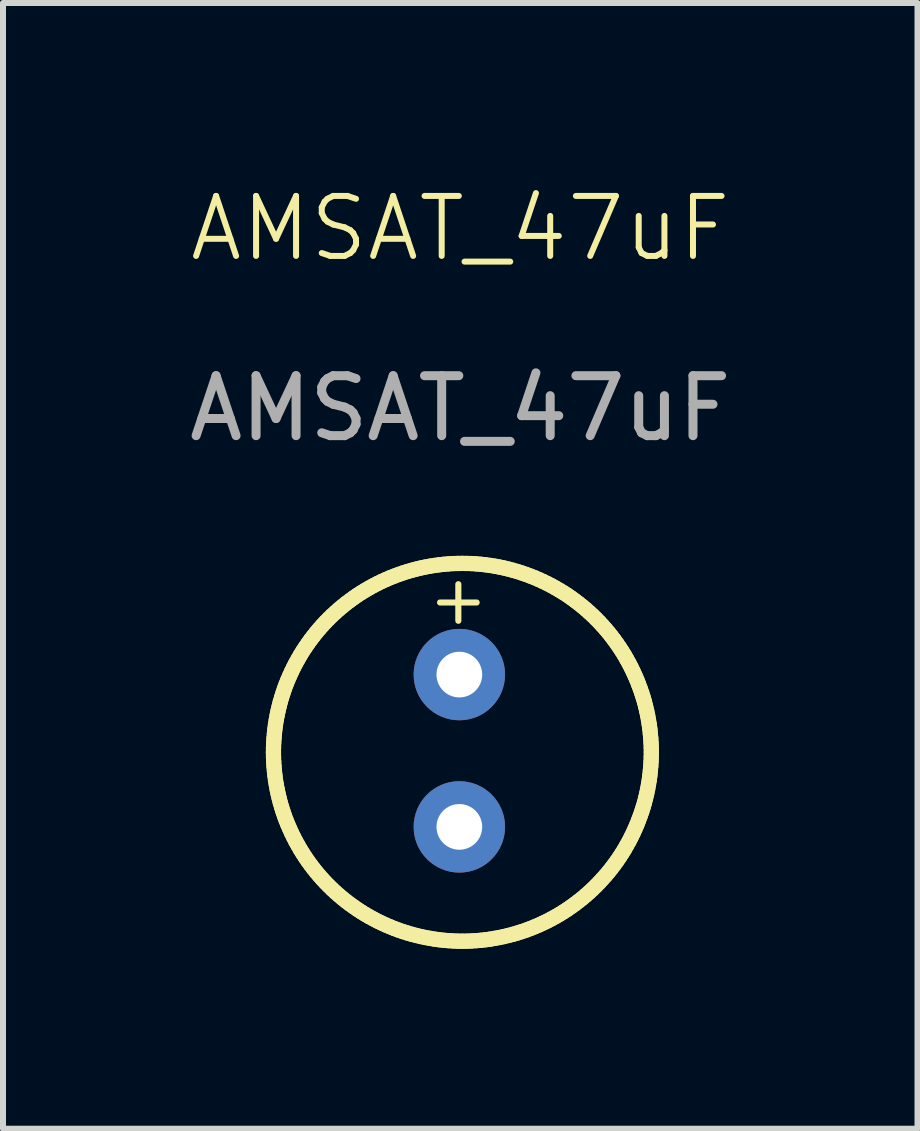
<source format=kicad_pcb>
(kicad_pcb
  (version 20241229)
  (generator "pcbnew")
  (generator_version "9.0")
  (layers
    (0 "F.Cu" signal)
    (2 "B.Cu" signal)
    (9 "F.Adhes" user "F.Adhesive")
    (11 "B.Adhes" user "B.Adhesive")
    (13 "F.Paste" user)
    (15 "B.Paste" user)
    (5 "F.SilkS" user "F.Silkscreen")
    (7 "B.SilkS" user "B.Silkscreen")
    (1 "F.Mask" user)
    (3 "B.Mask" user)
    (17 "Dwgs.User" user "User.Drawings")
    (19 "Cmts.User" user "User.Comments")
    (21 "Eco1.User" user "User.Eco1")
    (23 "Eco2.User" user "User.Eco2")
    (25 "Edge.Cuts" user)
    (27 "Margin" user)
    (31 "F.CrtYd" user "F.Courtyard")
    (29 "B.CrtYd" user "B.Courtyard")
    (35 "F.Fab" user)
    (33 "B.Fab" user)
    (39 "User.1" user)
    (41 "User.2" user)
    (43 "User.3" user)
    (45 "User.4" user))
  (footprint "AMSAT_47uF"
    (layer "F.Cu")
    (at 4.6 9.45)
    (property "Reference" "AMSAT_47uF" (at 0.025 -8.69 0) (unlocked yes) (layer "F.SilkS") (effects (font (size 1 1) (thickness 0.1))))
    (attr through_hole)
    (fp_line (start -3.09 0.045) (end -3.089 -0.033) (stroke (width 0.254) (type solid)) (layer "F.SilkS"))
    (fp_line (start -3.089 -0.033) (end -3.086 -0.11) (stroke (width 0.254) (type solid)) (layer "F.SilkS"))
    (fp_line (start -3.089 0.122) (end -3.09 0.045) (stroke (width 0.254) (type solid)) (layer "F.SilkS"))
    (fp_line (start -3.086 -0.11) (end -3.081 -0.187) (stroke (width 0.254) (type solid)) (layer "F.SilkS"))
    (fp_line (start -3.086 0.199) (end -3.089 0.122) (stroke (width 0.254) (type solid)) (layer "F.SilkS"))
    (fp_line (start -3.081 -0.187) (end -3.074 -0.264) (stroke (width 0.254) (type solid)) (layer "F.SilkS"))
    (fp_line (start -3.081 0.276) (end -3.086 0.199) (stroke (width 0.254) (type solid)) (layer "F.SilkS"))
    (fp_line (start -3.074 -0.264) (end -3.066 -0.341) (stroke (width 0.254) (type solid)) (layer "F.SilkS"))
    (fp_line (start -3.074 0.354) (end -3.081 0.276) (stroke (width 0.254) (type solid)) (layer "F.SilkS"))
    (fp_line (start -3.066 -0.341) (end -3.056 -0.418) (stroke (width 0.254) (type solid)) (layer "F.SilkS"))
    (fp_line (start -3.066 0.43) (end -3.074 0.354) (stroke (width 0.254) (type solid)) (layer "F.SilkS"))
    (fp_line (start -3.056 -0.418) (end -3.043 -0.494) (stroke (width 0.254) (type solid)) (layer "F.SilkS"))
    (fp_line (start -3.056 0.507) (end -3.066 0.43) (stroke (width 0.254) (type solid)) (layer "F.SilkS"))
    (fp_line (start -3.043 -0.494) (end -3.029 -0.57) (stroke (width 0.254) (type solid)) (layer "F.SilkS"))
    (fp_line (start -3.043 0.583) (end -3.056 0.507) (stroke (width 0.254) (type solid)) (layer "F.SilkS"))
    (fp_line (start -3.029 -0.57) (end -3.013 -0.645) (stroke (width 0.254) (type solid)) (layer "F.SilkS"))
    (fp_line (start -3.029 0.659) (end -3.043 0.583) (stroke (width 0.254) (type solid)) (layer "F.SilkS"))
    (fp_line (start -3.013 -0.645) (end -2.995 -0.721) (stroke (width 0.254) (type solid)) (layer "F.SilkS"))
    (fp_line (start -3.013 0.735) (end -3.029 0.659) (stroke (width 0.254) (type solid)) (layer "F.SilkS"))
    (fp_line (start -2.995 -0.721) (end -2.976 -0.796) (stroke (width 0.254) (type solid)) (layer "F.SilkS"))
    (fp_line (start -2.995 0.81) (end -3.013 0.735) (stroke (width 0.254) (type solid)) (layer "F.SilkS"))
    (fp_line (start -2.976 -0.796) (end -2.954 -0.87) (stroke (width 0.254) (type solid)) (layer "F.SilkS"))
    (fp_line (start -2.976 0.885) (end -2.995 0.81) (stroke (width 0.254) (type solid)) (layer "F.SilkS"))
    (fp_line (start -2.954 -0.87) (end -2.931 -0.943) (stroke (width 0.254) (type solid)) (layer "F.SilkS"))
    (fp_line (start -2.954 0.959) (end -2.976 0.885) (stroke (width 0.254) (type solid)) (layer "F.SilkS"))
    (fp_line (start -2.931 -0.943) (end -2.906 -1.017) (stroke (width 0.254) (type solid)) (layer "F.SilkS"))
    (fp_line (start -2.931 1.033) (end -2.954 0.959) (stroke (width 0.254) (type solid)) (layer "F.SilkS"))
    (fp_line (start -2.906 -1.017) (end -2.879 -1.089) (stroke (width 0.254) (type solid)) (layer "F.SilkS"))
    (fp_line (start -2.906 1.106) (end -2.931 1.033) (stroke (width 0.254) (type solid)) (layer "F.SilkS"))
    (fp_line (start -2.879 -1.089) (end -2.85 -1.161) (stroke (width 0.254) (type solid)) (layer "F.SilkS"))
    (fp_line (start -2.879 1.178) (end -2.906 1.106) (stroke (width 0.254) (type solid)) (layer "F.SilkS"))
    (fp_line (start -2.85 -1.161) (end -2.819 -1.232) (stroke (width 0.254) (type solid)) (layer "F.SilkS"))
    (fp_line (start -2.85 1.25) (end -2.879 1.178) (stroke (width 0.254) (type solid)) (layer "F.SilkS"))
    (fp_line (start -2.819 -1.232) (end -2.787 -1.302) (stroke (width 0.254) (type solid)) (layer "F.SilkS"))
    (fp_line (start -2.819 1.321) (end -2.85 1.25) (stroke (width 0.254) (type solid)) (layer "F.SilkS"))
    (fp_line (start -2.787 -1.302) (end -2.753 -1.372) (stroke (width 0.254) (type solid)) (layer "F.SilkS"))
    (fp_line (start -2.787 1.392) (end -2.819 1.321) (stroke (width 0.254) (type solid)) (layer "F.SilkS"))
    (fp_line (start -2.753 -1.372) (end -2.718 -1.44) (stroke (width 0.254) (type solid)) (layer "F.SilkS"))
    (fp_line (start -2.753 1.461) (end -2.787 1.392) (stroke (width 0.254) (type solid)) (layer "F.SilkS"))
    (fp_line (start -2.718 -1.44) (end -2.68 -1.508) (stroke (width 0.254) (type solid)) (layer "F.SilkS"))
    (fp_line (start -2.718 1.53) (end -2.753 1.461) (stroke (width 0.254) (type solid)) (layer "F.SilkS"))
    (fp_line (start -2.68 -1.508) (end -2.642 -1.575) (stroke (width 0.254) (type solid)) (layer "F.SilkS"))
    (fp_line (start -2.68 1.597) (end -2.718 1.53) (stroke (width 0.254) (type solid)) (layer "F.SilkS"))
    (fp_line (start -2.642 -1.575) (end -2.601 -1.641) (stroke (width 0.254) (type solid)) (layer "F.SilkS"))
    (fp_line (start -2.642 1.664) (end -2.68 1.597) (stroke (width 0.254) (type solid)) (layer "F.SilkS"))
    (fp_line (start -2.601 -1.641) (end -2.559 -1.705) (stroke (width 0.254) (type solid)) (layer "F.SilkS"))
    (fp_line (start -2.601 1.73) (end -2.642 1.664) (stroke (width 0.254) (type solid)) (layer "F.SilkS"))
    (fp_line (start -2.559 -1.705) (end -2.515 -1.769) (stroke (width 0.254) (type solid)) (layer "F.SilkS"))
    (fp_line (start -2.559 1.795) (end -2.601 1.73) (stroke (width 0.254) (type solid)) (layer "F.SilkS"))
    (fp_line (start -2.515 -1.769) (end -2.47 -1.832) (stroke (width 0.254) (type solid)) (layer "F.SilkS"))
    (fp_line (start -2.515 1.859) (end -2.559 1.795) (stroke (width 0.254) (type solid)) (layer "F.SilkS"))
    (fp_line (start -2.47 -1.832) (end -2.423 -1.893) (stroke (width 0.254) (type solid)) (layer "F.SilkS"))
    (fp_line (start -2.47 1.921) (end -2.515 1.859) (stroke (width 0.254) (type solid)) (layer "F.SilkS"))
    (fp_line (start -2.423 -1.893) (end -2.375 -1.954) (stroke (width 0.254) (type solid)) (layer "F.SilkS"))
    (fp_line (start -2.423 1.983) (end -2.47 1.921) (stroke (width 0.254) (type solid)) (layer "F.SilkS"))
    (fp_line (start -2.375 -1.954) (end -2.325 -2.013) (stroke (width 0.254) (type solid)) (layer "F.SilkS"))
    (fp_line (start -2.375 2.043) (end -2.423 1.983) (stroke (width 0.254) (type solid)) (layer "F.SilkS"))
    (fp_line (start -2.325 -2.013) (end -2.274 -2.071) (stroke (width 0.254) (type solid)) (layer "F.SilkS"))
    (fp_line (start -2.325 2.102) (end -2.375 2.043) (stroke (width 0.254) (type solid)) (layer "F.SilkS"))
    (fp_line (start -2.274 -2.071) (end -2.221 -2.128) (stroke (width 0.254) (type solid)) (layer "F.SilkS"))
    (fp_line (start -2.274 2.16) (end -2.325 2.102) (stroke (width 0.254) (type solid)) (layer "F.SilkS"))
    (fp_line (start -2.221 -2.128) (end -2.167 -2.183) (stroke (width 0.254) (type solid)) (layer "F.SilkS"))
    (fp_line (start -2.221 2.217) (end -2.274 2.16) (stroke (width 0.254) (type solid)) (layer "F.SilkS"))
    (fp_line (start -2.167 -2.183) (end -2.112 -2.237) (stroke (width 0.254) (type solid)) (layer "F.SilkS"))
    (fp_line (start -2.167 2.272) (end -2.221 2.217) (stroke (width 0.254) (type solid)) (layer "F.SilkS"))
    (fp_line (start -2.112 -2.237) (end -2.055 -2.289) (stroke (width 0.254) (type solid)) (layer "F.SilkS"))
    (fp_line (start -2.112 2.326) (end -2.167 2.272) (stroke (width 0.254) (type solid)) (layer "F.SilkS"))
    (fp_line (start -2.055 -2.289) (end -1.997 -2.341) (stroke (width 0.254) (type solid)) (layer "F.SilkS"))
    (fp_line (start -2.055 2.379) (end -2.112 2.326) (stroke (width 0.254) (type solid)) (layer "F.SilkS"))
    (fp_line (start -1.997 -2.341) (end -1.938 -2.39) (stroke (width 0.254) (type solid)) (layer "F.SilkS"))
    (fp_line (start -1.997 2.43) (end -2.055 2.379) (stroke (width 0.254) (type solid)) (layer "F.SilkS"))
    (fp_line (start -1.938 -2.39) (end -1.878 -2.439) (stroke (width 0.254) (type solid)) (layer "F.SilkS"))
    (fp_line (start -1.938 2.48) (end -1.997 2.43) (stroke (width 0.254) (type solid)) (layer "F.SilkS"))
    (fp_line (start -1.878 -2.439) (end -1.816 -2.485) (stroke (width 0.254) (type solid)) (layer "F.SilkS"))
    (fp_line (start -1.878 2.528) (end -1.938 2.48) (stroke (width 0.254) (type solid)) (layer "F.SilkS"))
    (fp_line (start -1.816 -2.485) (end -1.753 -2.531) (stroke (width 0.254) (type solid)) (layer "F.SilkS"))
    (fp_line (start -1.816 2.575) (end -1.878 2.528) (stroke (width 0.254) (type solid)) (layer "F.SilkS"))
    (fp_line (start -1.753 -2.531) (end -1.69 -2.575) (stroke (width 0.254) (type solid)) (layer "F.SilkS"))
    (fp_line (start -1.753 2.62) (end -1.816 2.575) (stroke (width 0.254) (type solid)) (layer "F.SilkS"))
    (fp_line (start -1.69 -2.575) (end -1.625 -2.617) (stroke (width 0.254) (type solid)) (layer "F.SilkS"))
    (fp_line (start -1.69 2.664) (end -1.753 2.62) (stroke (width 0.254) (type solid)) (layer "F.SilkS"))
    (fp_line (start -1.625 -2.617) (end -1.559 -2.657) (stroke (width 0.254) (type solid)) (layer "F.SilkS"))
    (fp_line (start -1.625 2.706) (end -1.69 2.664) (stroke (width 0.254) (type solid)) (layer "F.SilkS"))
    (fp_line (start -1.559 -2.657) (end -1.492 -2.696) (stroke (width 0.254) (type solid)) (layer "F.SilkS"))
    (fp_line (start -1.559 2.747) (end -1.625 2.706) (stroke (width 0.254) (type solid)) (layer "F.SilkS"))
    (fp_line (start -1.492 -2.696) (end -1.424 -2.734) (stroke (width 0.254) (type solid)) (layer "F.SilkS"))
    (fp_line (start -1.492 2.786) (end -1.559 2.747) (stroke (width 0.254) (type solid)) (layer "F.SilkS"))
    (fp_line (start -1.424 -2.734) (end -1.356 -2.769) (stroke (width 0.254) (type solid)) (layer "F.SilkS"))
    (fp_line (start -1.424 2.823) (end -1.492 2.786) (stroke (width 0.254) (type solid)) (layer "F.SilkS"))
    (fp_line (start -1.356 -2.769) (end -1.287 -2.803) (stroke (width 0.254) (type solid)) (layer "F.SilkS"))
    (fp_line (start -1.356 2.859) (end -1.424 2.823) (stroke (width 0.254) (type solid)) (layer "F.SilkS"))
    (fp_line (start -1.287 -2.803) (end -1.216 -2.835) (stroke (width 0.254) (type solid)) (layer "F.SilkS"))
    (fp_line (start -1.287 2.892) (end -1.356 2.859) (stroke (width 0.254) (type solid)) (layer "F.SilkS"))
    (fp_line (start -1.216 -2.835) (end -1.145 -2.866) (stroke (width 0.254) (type solid)) (layer "F.SilkS"))
    (fp_line (start -1.216 2.925) (end -1.287 2.892) (stroke (width 0.254) (type solid)) (layer "F.SilkS"))
    (fp_line (start -1.145 -2.866) (end -1.073 -2.894) (stroke (width 0.254) (type solid)) (layer "F.SilkS"))
    (fp_line (start -1.145 2.955) (end -1.216 2.925) (stroke (width 0.254) (type solid)) (layer "F.SilkS"))
    (fp_line (start -1.073 -2.894) (end -1.001 -2.921) (stroke (width 0.254) (type solid)) (layer "F.SilkS"))
    (fp_line (start -1.073 2.984) (end -1.145 2.955) (stroke (width 0.254) (type solid)) (layer "F.SilkS"))
    (fp_line (start -1.001 -2.921) (end -0.928 -2.946) (stroke (width 0.254) (type solid)) (layer "F.SilkS"))
    (fp_line (start -1.001 3.011) (end -1.073 2.984) (stroke (width 0.254) (type solid)) (layer "F.SilkS"))
    (fp_line (start -0.928 -2.946) (end -0.854 -2.97) (stroke (width 0.254) (type solid)) (layer "F.SilkS"))
    (fp_line (start -0.928 3.036) (end -1.001 3.011) (stroke (width 0.254) (type solid)) (layer "F.SilkS"))
    (fp_line (start -0.854 -2.97) (end -0.78 -2.991) (stroke (width 0.254) (type solid)) (layer "F.SilkS"))
    (fp_line (start -0.854 3.059) (end -0.928 3.036) (stroke (width 0.254) (type solid)) (layer "F.SilkS"))
    (fp_line (start -0.78 -2.991) (end -0.705 -3.011) (stroke (width 0.254) (type solid)) (layer "F.SilkS"))
    (fp_line (start -0.78 3.081) (end -0.854 3.059) (stroke (width 0.254) (type solid)) (layer "F.SilkS"))
    (fp_line (start -0.705 -3.011) (end -0.63 -3.029) (stroke (width 0.254) (type solid)) (layer "F.SilkS"))
    (fp_line (start -0.705 3.1) (end -0.78 3.081) (stroke (width 0.254) (type solid)) (layer "F.SilkS"))
    (fp_line (start -0.63 -3.029) (end -0.554 -3.045) (stroke (width 0.254) (type solid)) (layer "F.SilkS"))
    (fp_line (start -0.63 3.118) (end -0.705 3.1) (stroke (width 0.254) (type solid)) (layer "F.SilkS"))
    (fp_line (start -0.554 -3.045) (end -0.478 -3.059) (stroke (width 0.254) (type solid)) (layer "F.SilkS"))
    (fp_line (start -0.554 3.134) (end -0.63 3.118) (stroke (width 0.254) (type solid)) (layer "F.SilkS"))
    (fp_line (start -0.478 -3.059) (end -0.402 -3.071) (stroke (width 0.254) (type solid)) (layer "F.SilkS"))
    (fp_line (start -0.478 3.148) (end -0.554 3.134) (stroke (width 0.254) (type solid)) (layer "F.SilkS"))
    (fp_line (start -0.402 -3.071) (end -0.325 -3.082) (stroke (width 0.254) (type solid)) (layer "F.SilkS"))
    (fp_line (start -0.402 3.161) (end -0.478 3.148) (stroke (width 0.254) (type solid)) (layer "F.SilkS"))
    (fp_line (start -0.325 -3.082) (end -0.248 -3.09) (stroke (width 0.254) (type solid)) (layer "F.SilkS"))
    (fp_line (start -0.325 3.171) (end -0.402 3.161) (stroke (width 0.254) (type solid)) (layer "F.SilkS"))
    (fp_line (start -0.248 -3.09) (end -0.171 -3.097) (stroke (width 0.254) (type solid)) (layer "F.SilkS"))
    (fp_line (start -0.248 3.18) (end -0.325 3.171) (stroke (width 0.254) (type solid)) (layer "F.SilkS"))
    (fp_line (start -0.171 -3.097) (end -0.094 -3.102) (stroke (width 0.254) (type solid)) (layer "F.SilkS"))
    (fp_line (start -0.171 3.186) (end -0.248 3.18) (stroke (width 0.254) (type solid)) (layer "F.SilkS"))
    (fp_line (start -0.094 -3.102) (end -0.017 -3.104) (stroke (width 0.254) (type solid)) (layer "F.SilkS"))
    (fp_line (start -0.094 3.191) (end -0.171 3.186) (stroke (width 0.254) (type solid)) (layer "F.SilkS"))
    (fp_line (start -0.017 -3.104) (end 0.06 -3.105) (stroke (width 0.254) (type solid)) (layer "F.SilkS"))
    (fp_line (start -0.017 3.194) (end -0.094 3.191) (stroke (width 0.254) (type solid)) (layer "F.SilkS"))
    (fp_line (start -0.007 -2.758) (end -0.007 -2.148) (stroke (width 0.102) (type solid)) (layer "F.SilkS"))
    (fp_line (start 0.06 -3.105) (end 0.138 -3.104) (stroke (width 0.254) (type solid)) (layer "F.SilkS"))
    (fp_line (start 0.06 3.195) (end -0.017 3.194) (stroke (width 0.254) (type solid)) (layer "F.SilkS"))
    (fp_line (start 0.138 -3.104) (end 0.215 -3.102) (stroke (width 0.254) (type solid)) (layer "F.SilkS"))
    (fp_line (start 0.138 3.194) (end 0.06 3.195) (stroke (width 0.254) (type solid)) (layer "F.SilkS"))
    (fp_line (start 0.215 -3.102) (end 0.292 -3.097) (stroke (width 0.254) (type solid)) (layer "F.SilkS"))
    (fp_line (start 0.215 3.191) (end 0.138 3.194) (stroke (width 0.254) (type solid)) (layer "F.SilkS"))
    (fp_line (start 0.292 -3.097) (end 0.369 -3.09) (stroke (width 0.254) (type solid)) (layer "F.SilkS"))
    (fp_line (start 0.292 3.186) (end 0.215 3.191) (stroke (width 0.254) (type solid)) (layer "F.SilkS"))
    (fp_line (start 0.298 -2.453) (end -0.312 -2.453) (stroke (width 0.102) (type solid)) (layer "F.SilkS"))
    (fp_line (start 0.369 -3.09) (end 0.446 -3.082) (stroke (width 0.254) (type solid)) (layer "F.SilkS"))
    (fp_line (start 0.369 3.18) (end 0.292 3.186) (stroke (width 0.254) (type solid)) (layer "F.SilkS"))
    (fp_line (start 0.446 -3.082) (end 0.523 -3.071) (stroke (width 0.254) (type solid)) (layer "F.SilkS"))
    (fp_line (start 0.446 3.171) (end 0.369 3.18) (stroke (width 0.254) (type solid)) (layer "F.SilkS"))
    (fp_line (start 0.523 -3.071) (end 0.599 -3.059) (stroke (width 0.254) (type solid)) (layer "F.SilkS"))
    (fp_line (start 0.523 3.161) (end 0.446 3.171) (stroke (width 0.254) (type solid)) (layer "F.SilkS"))
    (fp_line (start 0.599 -3.059) (end 0.675 -3.045) (stroke (width 0.254) (type solid)) (layer "F.SilkS"))
    (fp_line (start 0.599 3.148) (end 0.523 3.161) (stroke (width 0.254) (type solid)) (layer "F.SilkS"))
    (fp_line (start 0.675 -3.045) (end 0.751 -3.029) (stroke (width 0.254) (type solid)) (layer "F.SilkS"))
    (fp_line (start 0.675 3.134) (end 0.599 3.148) (stroke (width 0.254) (type solid)) (layer "F.SilkS"))
    (fp_line (start 0.751 -3.029) (end 0.826 -3.011) (stroke (width 0.254) (type solid)) (layer "F.SilkS"))
    (fp_line (start 0.751 3.118) (end 0.675 3.134) (stroke (width 0.254) (type solid)) (layer "F.SilkS"))
    (fp_line (start 0.826 -3.011) (end 0.901 -2.991) (stroke (width 0.254) (type solid)) (layer "F.SilkS"))
    (fp_line (start 0.826 3.1) (end 0.751 3.118) (stroke (width 0.254) (type solid)) (layer "F.SilkS"))
    (fp_line (start 0.901 -2.991) (end 0.975 -2.97) (stroke (width 0.254) (type solid)) (layer "F.SilkS"))
    (fp_line (start 0.901 3.081) (end 0.826 3.1) (stroke (width 0.254) (type solid)) (layer "F.SilkS"))
    (fp_line (start 0.975 -2.97) (end 1.049 -2.946) (stroke (width 0.254) (type solid)) (layer "F.SilkS"))
    (fp_line (start 0.975 3.059) (end 0.901 3.081) (stroke (width 0.254) (type solid)) (layer "F.SilkS"))
    (fp_line (start 1.049 -2.946) (end 1.122 -2.921) (stroke (width 0.254) (type solid)) (layer "F.SilkS"))
    (fp_line (start 1.049 3.036) (end 0.975 3.059) (stroke (width 0.254) (type solid)) (layer "F.SilkS"))
    (fp_line (start 1.122 -2.921) (end 1.194 -2.894) (stroke (width 0.254) (type solid)) (layer "F.SilkS"))
    (fp_line (start 1.122 3.011) (end 1.049 3.036) (stroke (width 0.254) (type solid)) (layer "F.SilkS"))
    (fp_line (start 1.194 -2.894) (end 1.266 -2.866) (stroke (width 0.254) (type solid)) (layer "F.SilkS"))
    (fp_line (start 1.194 2.984) (end 1.122 3.011) (stroke (width 0.254) (type solid)) (layer "F.SilkS"))
    (fp_line (start 1.266 -2.866) (end 1.337 -2.835) (stroke (width 0.254) (type solid)) (layer "F.SilkS"))
    (fp_line (start 1.266 2.955) (end 1.194 2.984) (stroke (width 0.254) (type solid)) (layer "F.SilkS"))
    (fp_line (start 1.337 -2.835) (end 1.407 -2.803) (stroke (width 0.254) (type solid)) (layer "F.SilkS"))
    (fp_line (start 1.337 2.925) (end 1.266 2.955) (stroke (width 0.254) (type solid)) (layer "F.SilkS"))
    (fp_line (start 1.407 -2.803) (end 1.477 -2.769) (stroke (width 0.254) (type solid)) (layer "F.SilkS"))
    (fp_line (start 1.407 2.892) (end 1.337 2.925) (stroke (width 0.254) (type solid)) (layer "F.SilkS"))
    (fp_line (start 1.477 -2.769) (end 1.545 -2.734) (stroke (width 0.254) (type solid)) (layer "F.SilkS"))
    (fp_line (start 1.477 2.859) (end 1.407 2.892) (stroke (width 0.254) (type solid)) (layer "F.SilkS"))
    (fp_line (start 1.545 -2.734) (end 1.613 -2.696) (stroke (width 0.254) (type solid)) (layer "F.SilkS"))
    (fp_line (start 1.545 2.823) (end 1.477 2.859) (stroke (width 0.254) (type solid)) (layer "F.SilkS"))
    (fp_line (start 1.613 -2.696) (end 1.68 -2.657) (stroke (width 0.254) (type solid)) (layer "F.SilkS"))
    (fp_line (start 1.613 2.786) (end 1.545 2.823) (stroke (width 0.254) (type solid)) (layer "F.SilkS"))
    (fp_line (start 1.68 -2.657) (end 1.746 -2.617) (stroke (width 0.254) (type solid)) (layer "F.SilkS"))
    (fp_line (start 1.68 2.747) (end 1.613 2.786) (stroke (width 0.254) (type solid)) (layer "F.SilkS"))
    (fp_line (start 1.746 -2.617) (end 1.811 -2.575) (stroke (width 0.254) (type solid)) (layer "F.SilkS"))
    (fp_line (start 1.746 2.706) (end 1.68 2.747) (stroke (width 0.254) (type solid)) (layer "F.SilkS"))
    (fp_line (start 1.811 -2.575) (end 1.874 -2.531) (stroke (width 0.254) (type solid)) (layer "F.SilkS"))
    (fp_line (start 1.811 2.664) (end 1.746 2.706) (stroke (width 0.254) (type solid)) (layer "F.SilkS"))
    (fp_line (start 1.874 -2.531) (end 1.937 -2.485) (stroke (width 0.254) (type solid)) (layer "F.SilkS"))
    (fp_line (start 1.874 2.62) (end 1.811 2.664) (stroke (width 0.254) (type solid)) (layer "F.SilkS"))
    (fp_line (start 1.937 -2.485) (end 1.998 -2.439) (stroke (width 0.254) (type solid)) (layer "F.SilkS"))
    (fp_line (start 1.937 2.575) (end 1.874 2.62) (stroke (width 0.254) (type solid)) (layer "F.SilkS"))
    (fp_line (start 1.998 -2.439) (end 2.059 -2.39) (stroke (width 0.254) (type solid)) (layer "F.SilkS"))
    (fp_line (start 1.998 2.528) (end 1.937 2.575) (stroke (width 0.254) (type solid)) (layer "F.SilkS"))
    (fp_line (start 2.059 -2.39) (end 2.118 -2.341) (stroke (width 0.254) (type solid)) (layer "F.SilkS"))
    (fp_line (start 2.059 2.48) (end 1.998 2.528) (stroke (width 0.254) (type solid)) (layer "F.SilkS"))
    (fp_line (start 2.118 -2.341) (end 2.176 -2.289) (stroke (width 0.254) (type solid)) (layer "F.SilkS"))
    (fp_line (start 2.118 2.43) (end 2.059 2.48) (stroke (width 0.254) (type solid)) (layer "F.SilkS"))
    (fp_line (start 2.176 -2.289) (end 2.233 -2.237) (stroke (width 0.254) (type solid)) (layer "F.SilkS"))
    (fp_line (start 2.176 2.379) (end 2.118 2.43) (stroke (width 0.254) (type solid)) (layer "F.SilkS"))
    (fp_line (start 2.233 -2.237) (end 2.288 -2.183) (stroke (width 0.254) (type solid)) (layer "F.SilkS"))
    (fp_line (start 2.233 2.326) (end 2.176 2.379) (stroke (width 0.254) (type solid)) (layer "F.SilkS"))
    (fp_line (start 2.288 -2.183) (end 2.342 -2.128) (stroke (width 0.254) (type solid)) (layer "F.SilkS"))
    (fp_line (start 2.288 2.272) (end 2.233 2.326) (stroke (width 0.254) (type solid)) (layer "F.SilkS"))
    (fp_line (start 2.342 -2.128) (end 2.394 -2.071) (stroke (width 0.254) (type solid)) (layer "F.SilkS"))
    (fp_line (start 2.342 2.217) (end 2.288 2.272) (stroke (width 0.254) (type solid)) (layer "F.SilkS"))
    (fp_line (start 2.394 -2.071) (end 2.446 -2.013) (stroke (width 0.254) (type solid)) (layer "F.SilkS"))
    (fp_line (start 2.394 2.16) (end 2.342 2.217) (stroke (width 0.254) (type solid)) (layer "F.SilkS"))
    (fp_line (start 2.446 -2.013) (end 2.496 -1.954) (stroke (width 0.254) (type solid)) (layer "F.SilkS"))
    (fp_line (start 2.446 2.102) (end 2.394 2.16) (stroke (width 0.254) (type solid)) (layer "F.SilkS"))
    (fp_line (start 2.496 -1.954) (end 2.544 -1.893) (stroke (width 0.254) (type solid)) (layer "F.SilkS"))
    (fp_line (start 2.496 2.043) (end 2.446 2.102) (stroke (width 0.254) (type solid)) (layer "F.SilkS"))
    (fp_line (start 2.544 -1.893) (end 2.591 -1.832) (stroke (width 0.254) (type solid)) (layer "F.SilkS"))
    (fp_line (start 2.544 1.983) (end 2.496 2.043) (stroke (width 0.254) (type solid)) (layer "F.SilkS"))
    (fp_line (start 2.591 -1.832) (end 2.636 -1.769) (stroke (width 0.254) (type solid)) (layer "F.SilkS"))
    (fp_line (start 2.591 1.921) (end 2.544 1.983) (stroke (width 0.254) (type solid)) (layer "F.SilkS"))
    (fp_line (start 2.636 -1.769) (end 2.68 -1.705) (stroke (width 0.254) (type solid)) (layer "F.SilkS"))
    (fp_line (start 2.636 1.859) (end 2.591 1.921) (stroke (width 0.254) (type solid)) (layer "F.SilkS"))
    (fp_line (start 2.68 -1.705) (end 2.722 -1.641) (stroke (width 0.254) (type solid)) (layer "F.SilkS"))
    (fp_line (start 2.68 1.795) (end 2.636 1.859) (stroke (width 0.254) (type solid)) (layer "F.SilkS"))
    (fp_line (start 2.722 -1.641) (end 2.763 -1.575) (stroke (width 0.254) (type solid)) (layer "F.SilkS"))
    (fp_line (start 2.722 1.73) (end 2.68 1.795) (stroke (width 0.254) (type solid)) (layer "F.SilkS"))
    (fp_line (start 2.763 -1.575) (end 2.801 -1.508) (stroke (width 0.254) (type solid)) (layer "F.SilkS"))
    (fp_line (start 2.763 1.664) (end 2.722 1.73) (stroke (width 0.254) (type solid)) (layer "F.SilkS"))
    (fp_line (start 2.801 -1.508) (end 2.839 -1.44) (stroke (width 0.254) (type solid)) (layer "F.SilkS"))
    (fp_line (start 2.801 1.597) (end 2.763 1.664) (stroke (width 0.254) (type solid)) (layer "F.SilkS"))
    (fp_line (start 2.839 -1.44) (end 2.874 -1.372) (stroke (width 0.254) (type solid)) (layer "F.SilkS"))
    (fp_line (start 2.839 1.53) (end 2.801 1.597) (stroke (width 0.254) (type solid)) (layer "F.SilkS"))
    (fp_line (start 2.874 -1.372) (end 2.908 -1.302) (stroke (width 0.254) (type solid)) (layer "F.SilkS"))
    (fp_line (start 2.874 1.461) (end 2.839 1.53) (stroke (width 0.254) (type solid)) (layer "F.SilkS"))
    (fp_line (start 2.908 -1.302) (end 2.94 -1.232) (stroke (width 0.254) (type solid)) (layer "F.SilkS"))
    (fp_line (start 2.908 1.392) (end 2.874 1.461) (stroke (width 0.254) (type solid)) (layer "F.SilkS"))
    (fp_line (start 2.94 -1.232) (end 2.971 -1.161) (stroke (width 0.254) (type solid)) (layer "F.SilkS"))
    (fp_line (start 2.94 1.321) (end 2.908 1.392) (stroke (width 0.254) (type solid)) (layer "F.SilkS"))
    (fp_line (start 2.971 -1.161) (end 2.999 -1.089) (stroke (width 0.254) (type solid)) (layer "F.SilkS"))
    (fp_line (start 2.971 1.25) (end 2.94 1.321) (stroke (width 0.254) (type solid)) (layer "F.SilkS"))
    (fp_line (start 2.999 -1.089) (end 3.026 -1.017) (stroke (width 0.254) (type solid)) (layer "F.SilkS"))
    (fp_line (start 2.999 1.178) (end 2.971 1.25) (stroke (width 0.254) (type solid)) (layer "F.SilkS"))
    (fp_line (start 3.026 -1.017) (end 3.052 -0.943) (stroke (width 0.254) (type solid)) (layer "F.SilkS"))
    (fp_line (start 3.026 1.106) (end 2.999 1.178) (stroke (width 0.254) (type solid)) (layer "F.SilkS"))
    (fp_line (start 3.052 -0.943) (end 3.075 -0.87) (stroke (width 0.254) (type solid)) (layer "F.SilkS"))
    (fp_line (start 3.052 1.033) (end 3.026 1.106) (stroke (width 0.254) (type solid)) (layer "F.SilkS"))
    (fp_line (start 3.075 -0.87) (end 3.097 -0.796) (stroke (width 0.254) (type solid)) (layer "F.SilkS"))
    (fp_line (start 3.075 0.959) (end 3.052 1.033) (stroke (width 0.254) (type solid)) (layer "F.SilkS"))
    (fp_line (start 3.097 -0.796) (end 3.116 -0.721) (stroke (width 0.254) (type solid)) (layer "F.SilkS"))
    (fp_line (start 3.097 0.885) (end 3.075 0.959) (stroke (width 0.254) (type solid)) (layer "F.SilkS"))
    (fp_line (start 3.116 -0.721) (end 3.134 -0.645) (stroke (width 0.254) (type solid)) (layer "F.SilkS"))
    (fp_line (start 3.116 0.81) (end 3.097 0.885) (stroke (width 0.254) (type solid)) (layer "F.SilkS"))
    (fp_line (start 3.134 -0.645) (end 3.15 -0.57) (stroke (width 0.254) (type solid)) (layer "F.SilkS"))
    (fp_line (start 3.134 0.735) (end 3.116 0.81) (stroke (width 0.254) (type solid)) (layer "F.SilkS"))
    (fp_line (start 3.15 -0.57) (end 3.164 -0.494) (stroke (width 0.254) (type solid)) (layer "F.SilkS"))
    (fp_line (start 3.15 0.659) (end 3.134 0.735) (stroke (width 0.254) (type solid)) (layer "F.SilkS"))
    (fp_line (start 3.164 -0.494) (end 3.177 -0.418) (stroke (width 0.254) (type solid)) (layer "F.SilkS"))
    (fp_line (start 3.164 0.583) (end 3.15 0.659) (stroke (width 0.254) (type solid)) (layer "F.SilkS"))
    (fp_line (start 3.177 -0.418) (end 3.187 -0.341) (stroke (width 0.254) (type solid)) (layer "F.SilkS"))
    (fp_line (start 3.177 0.507) (end 3.164 0.583) (stroke (width 0.254) (type solid)) (layer "F.SilkS"))
    (fp_line (start 3.187 -0.341) (end 3.195 -0.264) (stroke (width 0.254) (type solid)) (layer "F.SilkS"))
    (fp_line (start 3.187 0.43) (end 3.177 0.507) (stroke (width 0.254) (type solid)) (layer "F.SilkS"))
    (fp_line (start 3.195 -0.264) (end 3.202 -0.187) (stroke (width 0.254) (type solid)) (layer "F.SilkS"))
    (fp_line (start 3.195 0.354) (end 3.187 0.43) (stroke (width 0.254) (type solid)) (layer "F.SilkS"))
    (fp_line (start 3.202 -0.187) (end 3.207 -0.11) (stroke (width 0.254) (type solid)) (layer "F.SilkS"))
    (fp_line (start 3.202 0.276) (end 3.195 0.354) (stroke (width 0.254) (type solid)) (layer "F.SilkS"))
    (fp_line (start 3.207 -0.11) (end 3.21 -0.033) (stroke (width 0.254) (type solid)) (layer "F.SilkS"))
    (fp_line (start 3.207 0.199) (end 3.202 0.276) (stroke (width 0.254) (type solid)) (layer "F.SilkS"))
    (fp_line (start 3.21 -0.033) (end 3.211 0.045) (stroke (width 0.254) (type solid)) (layer "F.SilkS"))
    (fp_line (start 3.21 0.122) (end 3.207 0.199) (stroke (width 0.254) (type solid)) (layer "F.SilkS"))
    (fp_line (start 3.211 0.045) (end 3.21 0.122) (stroke (width 0.254) (type solid)) (layer "F.SilkS"))
    (fp_text user "${REFERENCE}" (at 0.025 -5.69 0) (unlocked yes) (layer "F.Fab") (effects (font (size 1 1) (thickness 0.15))))
    (pad "1" thru_hole circle (at 0.01 -1.251) (size 1.524 1.524) (drill 0.762) (layers "*.Cu" "*.Mask"))
    (pad "2" thru_hole circle (at 0.01 1.289) (size 1.524 1.524) (drill 0.762) (layers "*.Cu" "*.Mask")))
  (gr_rect
    (start -3 -3)
    (end 12.25 15.772)
    (stroke (width 0.1) (type default))
    (fill no)
    (layer "Edge.Cuts")))
</source>
